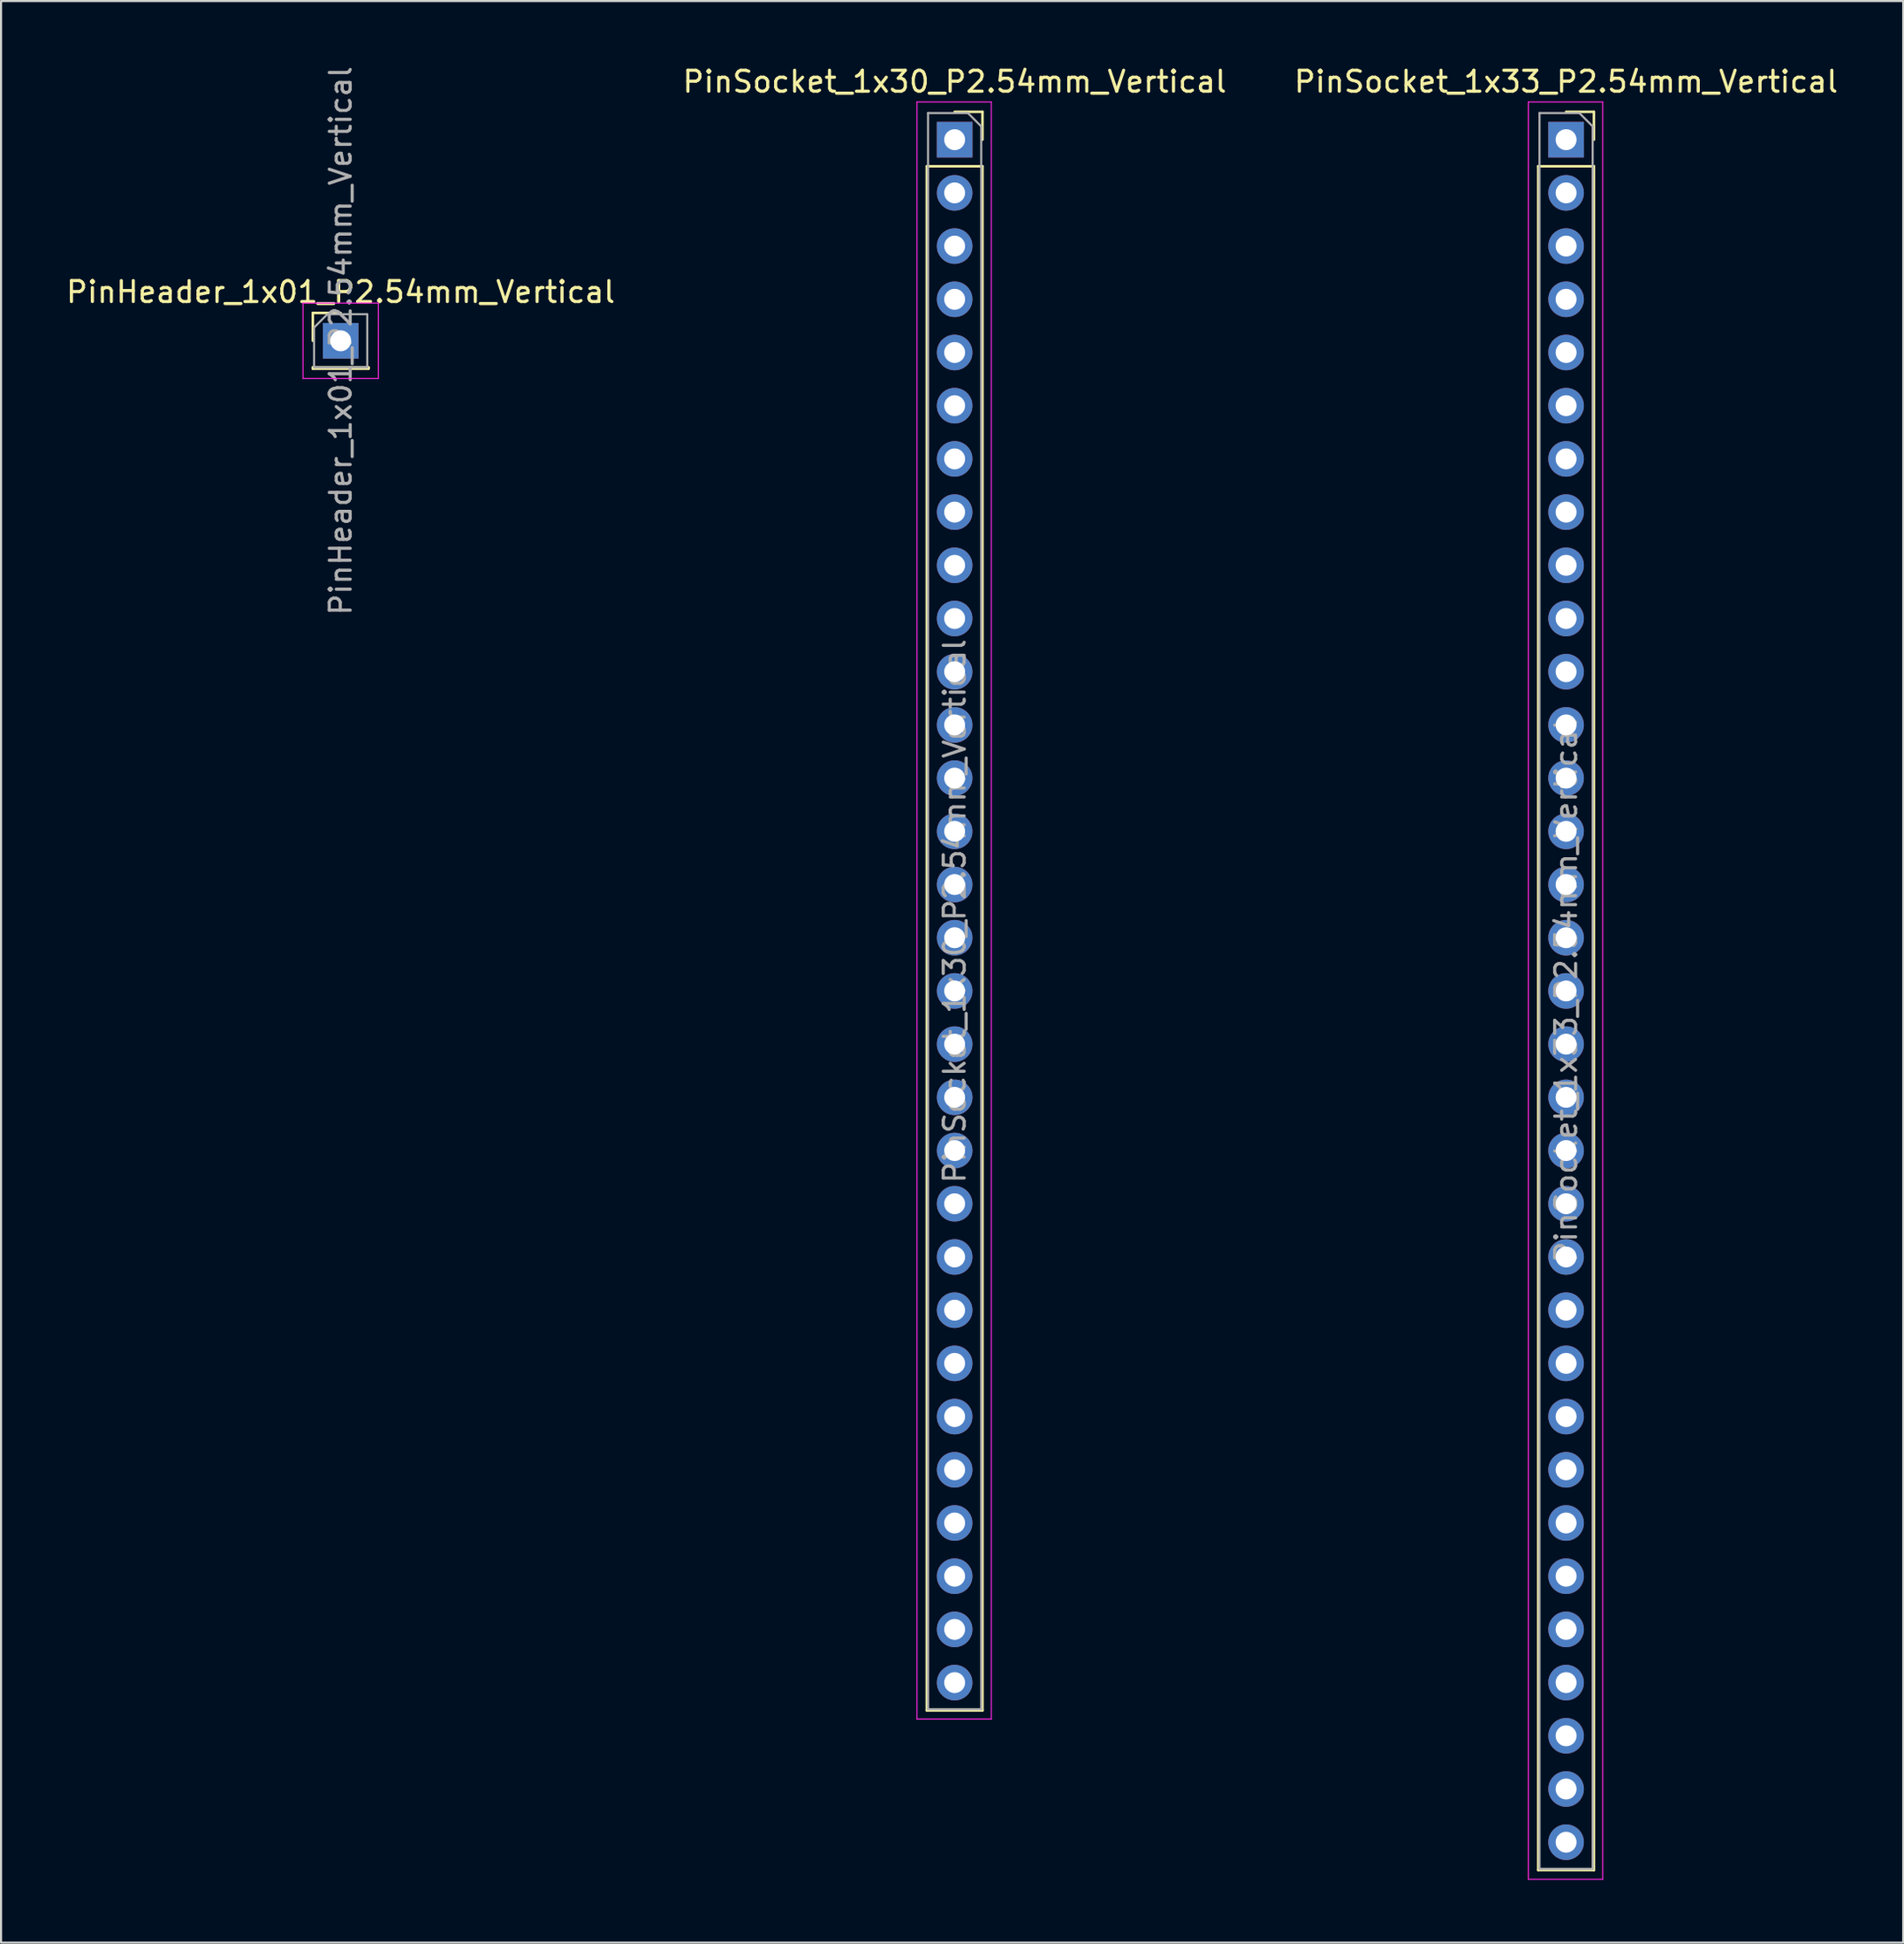
<source format=kicad_pcb>
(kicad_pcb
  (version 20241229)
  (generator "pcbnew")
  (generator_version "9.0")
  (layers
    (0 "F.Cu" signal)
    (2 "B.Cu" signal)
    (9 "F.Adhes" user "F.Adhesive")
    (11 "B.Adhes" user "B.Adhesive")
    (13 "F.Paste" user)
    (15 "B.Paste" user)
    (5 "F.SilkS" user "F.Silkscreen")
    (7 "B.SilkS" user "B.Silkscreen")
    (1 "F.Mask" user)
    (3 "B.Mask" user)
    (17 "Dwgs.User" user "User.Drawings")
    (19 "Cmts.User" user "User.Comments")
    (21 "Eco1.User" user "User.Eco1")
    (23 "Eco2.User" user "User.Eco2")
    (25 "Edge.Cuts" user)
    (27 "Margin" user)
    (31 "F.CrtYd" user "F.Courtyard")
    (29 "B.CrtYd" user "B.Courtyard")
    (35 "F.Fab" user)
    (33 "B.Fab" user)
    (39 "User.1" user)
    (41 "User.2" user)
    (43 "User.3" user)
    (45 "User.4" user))
  (footprint "PinHeader_1x01_P2.54mm_Vertical"
    (layer "F.Cu")
    (at 13.22 13.22)
    (property "Reference" "PinHeader_1x01_P2.54mm_Vertical" (at 0 -2.33 0) (layer "F.SilkS") (effects (font (size 1 1) (thickness 0.15))))
    (attr through_hole)
    (fp_line (start -1.33 -1.33) (end 0 -1.33) (stroke (width 0.12) (type solid)) (layer "F.SilkS"))
    (fp_line (start -1.33 0) (end -1.33 -1.33) (stroke (width 0.12) (type solid)) (layer "F.SilkS"))
    (fp_line (start -1.33 1.27) (end -1.33 1.33) (stroke (width 0.12) (type solid)) (layer "F.SilkS"))
    (fp_line (start -1.33 1.27) (end 1.33 1.27) (stroke (width 0.12) (type solid)) (layer "F.SilkS"))
    (fp_line (start -1.33 1.33) (end 1.33 1.33) (stroke (width 0.12) (type solid)) (layer "F.SilkS"))
    (fp_line (start 1.33 1.27) (end 1.33 1.33) (stroke (width 0.12) (type solid)) (layer "F.SilkS"))
    (fp_line (start -1.8 -1.8) (end -1.8 1.8) (stroke (width 0.05) (type solid)) (layer "F.CrtYd"))
    (fp_line (start -1.8 1.8) (end 1.8 1.8) (stroke (width 0.05) (type solid)) (layer "F.CrtYd"))
    (fp_line (start 1.8 -1.8) (end -1.8 -1.8) (stroke (width 0.05) (type solid)) (layer "F.CrtYd"))
    (fp_line (start 1.8 1.8) (end 1.8 -1.8) (stroke (width 0.05) (type solid)) (layer "F.CrtYd"))
    (fp_line (start -1.27 -0.635) (end -0.635 -1.27) (stroke (width 0.1) (type solid)) (layer "F.Fab"))
    (fp_line (start -1.27 1.27) (end -1.27 -0.635) (stroke (width 0.1) (type solid)) (layer "F.Fab"))
    (fp_line (start -0.635 -1.27) (end 1.27 -1.27) (stroke (width 0.1) (type solid)) (layer "F.Fab"))
    (fp_line (start 1.27 -1.27) (end 1.27 1.27) (stroke (width 0.1) (type solid)) (layer "F.Fab"))
    (fp_line (start 1.27 1.27) (end -1.27 1.27) (stroke (width 0.1) (type solid)) (layer "F.Fab"))
    (fp_text user "${REFERENCE}" (at 0 0 90) (layer "F.Fab") (effects (font (size 1 1) (thickness 0.15))))
    (pad "1" thru_hole rect (at 0 0) (size 1.7 1.7) (drill 1) (layers "*.Cu" "*.Mask")))
  (footprint "PinSocket_1x33_P2.54mm_Vertical"
    (layer "F.Cu")
    (at 71.744 3.618)
    (property "Reference" "PinSocket_1x33_P2.54mm_Vertical" (at 0 -2.77 0) (layer "F.SilkS") (effects (font (size 1 1) (thickness 0.15))))
    (attr through_hole)
    (fp_line (start -1.33 1.27) (end -1.33 82.61) (stroke (width 0.12) (type solid)) (layer "F.SilkS"))
    (fp_line (start -1.33 1.27) (end 1.33 1.27) (stroke (width 0.12) (type solid)) (layer "F.SilkS"))
    (fp_line (start -1.33 82.61) (end 1.33 82.61) (stroke (width 0.12) (type solid)) (layer "F.SilkS"))
    (fp_line (start 0 -1.33) (end 1.33 -1.33) (stroke (width 0.12) (type solid)) (layer "F.SilkS"))
    (fp_line (start 1.33 -1.33) (end 1.33 0) (stroke (width 0.12) (type solid)) (layer "F.SilkS"))
    (fp_line (start 1.33 1.27) (end 1.33 82.61) (stroke (width 0.12) (type solid)) (layer "F.SilkS"))
    (fp_line (start -1.8 -1.8) (end 1.75 -1.8) (stroke (width 0.05) (type solid)) (layer "F.CrtYd"))
    (fp_line (start -1.8 83.05) (end -1.8 -1.8) (stroke (width 0.05) (type solid)) (layer "F.CrtYd"))
    (fp_line (start 1.75 -1.8) (end 1.75 83.05) (stroke (width 0.05) (type solid)) (layer "F.CrtYd"))
    (fp_line (start 1.75 83.05) (end -1.8 83.05) (stroke (width 0.05) (type solid)) (layer "F.CrtYd"))
    (fp_line (start -1.27 -1.27) (end 0.635 -1.27) (stroke (width 0.1) (type solid)) (layer "F.Fab"))
    (fp_line (start -1.27 82.55) (end -1.27 -1.27) (stroke (width 0.1) (type solid)) (layer "F.Fab"))
    (fp_line (start 0.635 -1.27) (end 1.27 -0.635) (stroke (width 0.1) (type solid)) (layer "F.Fab"))
    (fp_line (start 1.27 -0.635) (end 1.27 82.55) (stroke (width 0.1) (type solid)) (layer "F.Fab"))
    (fp_line (start 1.27 82.55) (end -1.27 82.55) (stroke (width 0.1) (type solid)) (layer "F.Fab"))
    (fp_text user "${REFERENCE}" (at 0 40.64 90) (layer "F.Fab") (effects (font (size 1 1) (thickness 0.15))))
    (pad "1" thru_hole rect (at 0 0) (size 1.7 1.7) (drill 1) (layers "*.Cu" "*.Mask"))
    (pad "2" thru_hole oval (at 0 2.54) (size 1.7 1.7) (drill 1) (layers "*.Cu" "*.Mask"))
    (pad "3" thru_hole oval (at 0 5.08) (size 1.7 1.7) (drill 1) (layers "*.Cu" "*.Mask"))
    (pad "4" thru_hole oval (at 0 7.62) (size 1.7 1.7) (drill 1) (layers "*.Cu" "*.Mask"))
    (pad "5" thru_hole oval (at 0 10.16) (size 1.7 1.7) (drill 1) (layers "*.Cu" "*.Mask"))
    (pad "6" thru_hole oval (at 0 12.7) (size 1.7 1.7) (drill 1) (layers "*.Cu" "*.Mask"))
    (pad "7" thru_hole oval (at 0 15.24) (size 1.7 1.7) (drill 1) (layers "*.Cu" "*.Mask"))
    (pad "8" thru_hole oval (at 0 17.78) (size 1.7 1.7) (drill 1) (layers "*.Cu" "*.Mask"))
    (pad "9" thru_hole oval (at 0 20.32) (size 1.7 1.7) (drill 1) (layers "*.Cu" "*.Mask"))
    (pad "10" thru_hole oval (at 0 22.86) (size 1.7 1.7) (drill 1) (layers "*.Cu" "*.Mask"))
    (pad "11" thru_hole oval (at 0 25.4) (size 1.7 1.7) (drill 1) (layers "*.Cu" "*.Mask"))
    (pad "12" thru_hole oval (at 0 27.94) (size 1.7 1.7) (drill 1) (layers "*.Cu" "*.Mask"))
    (pad "13" thru_hole oval (at 0 30.48) (size 1.7 1.7) (drill 1) (layers "*.Cu" "*.Mask"))
    (pad "14" thru_hole oval (at 0 33.02) (size 1.7 1.7) (drill 1) (layers "*.Cu" "*.Mask"))
    (pad "15" thru_hole oval (at 0 35.56) (size 1.7 1.7) (drill 1) (layers "*.Cu" "*.Mask"))
    (pad "16" thru_hole oval (at 0 38.1) (size 1.7 1.7) (drill 1) (layers "*.Cu" "*.Mask"))
    (pad "17" thru_hole oval (at 0 40.64) (size 1.7 1.7) (drill 1) (layers "*.Cu" "*.Mask"))
    (pad "18" thru_hole oval (at 0 43.18) (size 1.7 1.7) (drill 1) (layers "*.Cu" "*.Mask"))
    (pad "19" thru_hole oval (at 0 45.72) (size 1.7 1.7) (drill 1) (layers "*.Cu" "*.Mask"))
    (pad "20" thru_hole oval (at 0 48.26) (size 1.7 1.7) (drill 1) (layers "*.Cu" "*.Mask"))
    (pad "21" thru_hole oval (at 0 50.8) (size 1.7 1.7) (drill 1) (layers "*.Cu" "*.Mask"))
    (pad "22" thru_hole oval (at 0 53.34) (size 1.7 1.7) (drill 1) (layers "*.Cu" "*.Mask"))
    (pad "23" thru_hole oval (at 0 55.88) (size 1.7 1.7) (drill 1) (layers "*.Cu" "*.Mask"))
    (pad "24" thru_hole oval (at 0 58.42) (size 1.7 1.7) (drill 1) (layers "*.Cu" "*.Mask"))
    (pad "25" thru_hole oval (at 0 60.96) (size 1.7 1.7) (drill 1) (layers "*.Cu" "*.Mask"))
    (pad "26" thru_hole oval (at 0 63.5) (size 1.7 1.7) (drill 1) (layers "*.Cu" "*.Mask"))
    (pad "27" thru_hole oval (at 0 66.04) (size 1.7 1.7) (drill 1) (layers "*.Cu" "*.Mask"))
    (pad "28" thru_hole oval (at 0 68.58) (size 1.7 1.7) (drill 1) (layers "*.Cu" "*.Mask"))
    (pad "29" thru_hole oval (at 0 71.12) (size 1.7 1.7) (drill 1) (layers "*.Cu" "*.Mask"))
    (pad "30" thru_hole oval (at 0 73.66) (size 1.7 1.7) (drill 1) (layers "*.Cu" "*.Mask"))
    (pad "31" thru_hole oval (at 0 76.2) (size 1.7 1.7) (drill 1) (layers "*.Cu" "*.Mask"))
    (pad "32" thru_hole oval (at 0 78.74) (size 1.7 1.7) (drill 1) (layers "*.Cu" "*.Mask"))
    (pad "33" thru_hole oval (at 0 81.28) (size 1.7 1.7) (drill 1) (layers "*.Cu" "*.Mask")))
  (footprint "PinSocket_1x30_P2.54mm_Vertical"
    (layer "F.Cu")
    (at 42.542 3.618)
    (property "Reference" "PinSocket_1x30_P2.54mm_Vertical" (at 0 -2.77 0) (layer "F.SilkS") (effects (font (size 1 1) (thickness 0.15))))
    (attr through_hole)
    (fp_line (start -1.33 1.27) (end -1.33 74.99) (stroke (width 0.12) (type solid)) (layer "F.SilkS"))
    (fp_line (start -1.33 1.27) (end 1.33 1.27) (stroke (width 0.12) (type solid)) (layer "F.SilkS"))
    (fp_line (start -1.33 74.99) (end 1.33 74.99) (stroke (width 0.12) (type solid)) (layer "F.SilkS"))
    (fp_line (start 0 -1.33) (end 1.33 -1.33) (stroke (width 0.12) (type solid)) (layer "F.SilkS"))
    (fp_line (start 1.33 -1.33) (end 1.33 0) (stroke (width 0.12) (type solid)) (layer "F.SilkS"))
    (fp_line (start 1.33 1.27) (end 1.33 74.99) (stroke (width 0.12) (type solid)) (layer "F.SilkS"))
    (fp_line (start -1.8 -1.8) (end 1.75 -1.8) (stroke (width 0.05) (type solid)) (layer "F.CrtYd"))
    (fp_line (start -1.8 75.4) (end -1.8 -1.8) (stroke (width 0.05) (type solid)) (layer "F.CrtYd"))
    (fp_line (start 1.75 -1.8) (end 1.75 75.4) (stroke (width 0.05) (type solid)) (layer "F.CrtYd"))
    (fp_line (start 1.75 75.4) (end -1.8 75.4) (stroke (width 0.05) (type solid)) (layer "F.CrtYd"))
    (fp_line (start -1.27 -1.27) (end 0.635 -1.27) (stroke (width 0.1) (type solid)) (layer "F.Fab"))
    (fp_line (start -1.27 74.93) (end -1.27 -1.27) (stroke (width 0.1) (type solid)) (layer "F.Fab"))
    (fp_line (start 0.635 -1.27) (end 1.27 -0.635) (stroke (width 0.1) (type solid)) (layer "F.Fab"))
    (fp_line (start 1.27 -0.635) (end 1.27 74.93) (stroke (width 0.1) (type solid)) (layer "F.Fab"))
    (fp_line (start 1.27 74.93) (end -1.27 74.93) (stroke (width 0.1) (type solid)) (layer "F.Fab"))
    (fp_text user "${REFERENCE}" (at 0 36.83 90) (layer "F.Fab") (effects (font (size 1 1) (thickness 0.15))))
    (pad "1" thru_hole rect (at 0 0) (size 1.7 1.7) (drill 1) (layers "*.Cu" "*.Mask"))
    (pad "2" thru_hole oval (at 0 2.54) (size 1.7 1.7) (drill 1) (layers "*.Cu" "*.Mask"))
    (pad "3" thru_hole oval (at 0 5.08) (size 1.7 1.7) (drill 1) (layers "*.Cu" "*.Mask"))
    (pad "4" thru_hole oval (at 0 7.62) (size 1.7 1.7) (drill 1) (layers "*.Cu" "*.Mask"))
    (pad "5" thru_hole oval (at 0 10.16) (size 1.7 1.7) (drill 1) (layers "*.Cu" "*.Mask"))
    (pad "6" thru_hole oval (at 0 12.7) (size 1.7 1.7) (drill 1) (layers "*.Cu" "*.Mask"))
    (pad "7" thru_hole oval (at 0 15.24) (size 1.7 1.7) (drill 1) (layers "*.Cu" "*.Mask"))
    (pad "8" thru_hole oval (at 0 17.78) (size 1.7 1.7) (drill 1) (layers "*.Cu" "*.Mask"))
    (pad "9" thru_hole oval (at 0 20.32) (size 1.7 1.7) (drill 1) (layers "*.Cu" "*.Mask"))
    (pad "10" thru_hole oval (at 0 22.86) (size 1.7 1.7) (drill 1) (layers "*.Cu" "*.Mask"))
    (pad "11" thru_hole oval (at 0 25.4) (size 1.7 1.7) (drill 1) (layers "*.Cu" "*.Mask"))
    (pad "12" thru_hole oval (at 0 27.94) (size 1.7 1.7) (drill 1) (layers "*.Cu" "*.Mask"))
    (pad "13" thru_hole oval (at 0 30.48) (size 1.7 1.7) (drill 1) (layers "*.Cu" "*.Mask"))
    (pad "14" thru_hole oval (at 0 33.02) (size 1.7 1.7) (drill 1) (layers "*.Cu" "*.Mask"))
    (pad "15" thru_hole oval (at 0 35.56) (size 1.7 1.7) (drill 1) (layers "*.Cu" "*.Mask"))
    (pad "16" thru_hole oval (at 0 38.1) (size 1.7 1.7) (drill 1) (layers "*.Cu" "*.Mask"))
    (pad "17" thru_hole oval (at 0 40.64) (size 1.7 1.7) (drill 1) (layers "*.Cu" "*.Mask"))
    (pad "18" thru_hole oval (at 0 43.18) (size 1.7 1.7) (drill 1) (layers "*.Cu" "*.Mask"))
    (pad "19" thru_hole oval (at 0 45.72) (size 1.7 1.7) (drill 1) (layers "*.Cu" "*.Mask"))
    (pad "20" thru_hole oval (at 0 48.26) (size 1.7 1.7) (drill 1) (layers "*.Cu" "*.Mask"))
    (pad "21" thru_hole oval (at 0 50.8) (size 1.7 1.7) (drill 1) (layers "*.Cu" "*.Mask"))
    (pad "22" thru_hole oval (at 0 53.34) (size 1.7 1.7) (drill 1) (layers "*.Cu" "*.Mask"))
    (pad "23" thru_hole oval (at 0 55.88) (size 1.7 1.7) (drill 1) (layers "*.Cu" "*.Mask"))
    (pad "24" thru_hole oval (at 0 58.42) (size 1.7 1.7) (drill 1) (layers "*.Cu" "*.Mask"))
    (pad "25" thru_hole oval (at 0 60.96) (size 1.7 1.7) (drill 1) (layers "*.Cu" "*.Mask"))
    (pad "26" thru_hole oval (at 0 63.5) (size 1.7 1.7) (drill 1) (layers "*.Cu" "*.Mask"))
    (pad "27" thru_hole oval (at 0 66.04) (size 1.7 1.7) (drill 1) (layers "*.Cu" "*.Mask"))
    (pad "28" thru_hole oval (at 0 68.58) (size 1.7 1.7) (drill 1) (layers "*.Cu" "*.Mask"))
    (pad "29" thru_hole oval (at 0 71.12) (size 1.7 1.7) (drill 1) (layers "*.Cu" "*.Mask"))
    (pad "30" thru_hole oval (at 0 73.66) (size 1.7 1.7) (drill 1) (layers "*.Cu" "*.Mask")))
  (gr_rect
    (start -3 -3)
    (end 87.845 89.693)
    (stroke (width 0.1) (type default))
    (fill no)
    (layer "Edge.Cuts")))
</source>
